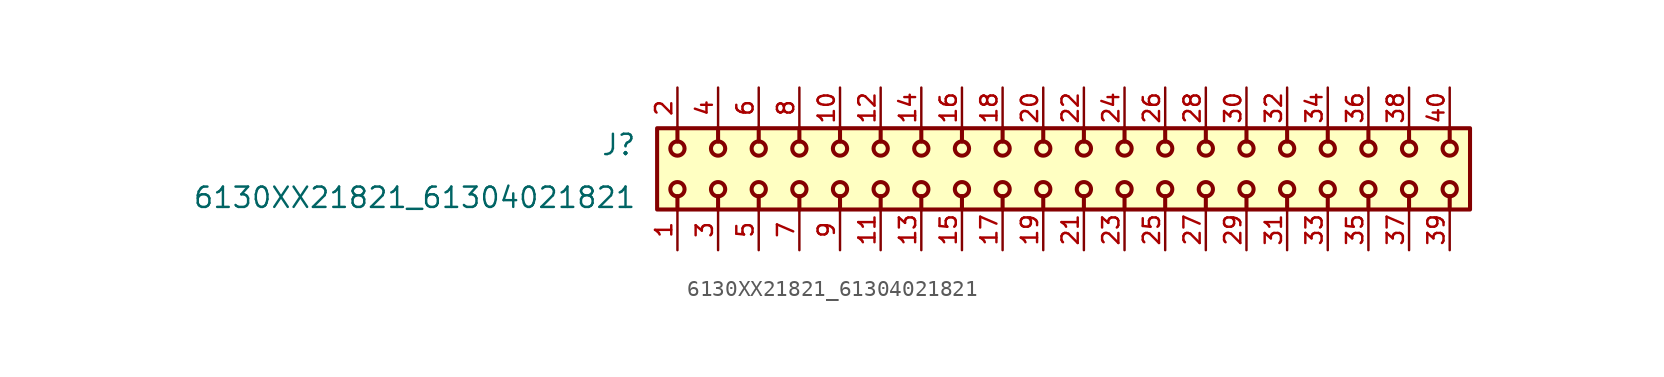
<source format=kicad_sym>
(kicad_symbol_lib
  (version 20211014)
  (generator kicad_symbol_editor)
  (symbol "6130XX21821_61304021821"
    (pin_names
      (offset 1.016))
    (property "Reference" "J"
      (at -25.4 0.762 0)
      (effects (font (size 1.27 1.27)) (justify bottom right)))
    (property "Value" "6130XX21821_61304021821"
      (at -25.4 -2.54 0)
      (effects (font (size 1.27 1.27)) (justify bottom right)))
    (symbol "6130XX21821_61304021821_0_0"
      (polyline (pts (xy -22.86 -1.705) (xy -22.86 -2.54)) (stroke (width 0.254)))
      (polyline (pts (xy -20.32 -1.705) (xy -20.32 -2.54)) (stroke (width 0.254)))
      (polyline (pts (xy -17.78 -1.705) (xy -17.78 -2.54)) (stroke (width 0.254)))
      (polyline (pts (xy -15.24 -1.705) (xy -15.24 -2.54)) (stroke (width 0.254)))
      (polyline (pts (xy -12.7 -1.705) (xy -12.7 -2.54)) (stroke (width 0.254)))
      (polyline (pts (xy -10.16 -1.705) (xy -10.16 -2.54)) (stroke (width 0.254)))
      (polyline (pts (xy -7.62 -1.705) (xy -7.62 -2.54)) (stroke (width 0.254)))
      (polyline (pts (xy -5.08 -1.705) (xy -5.08 -2.54)) (stroke (width 0.254)))
      (polyline (pts (xy -2.54 -1.705) (xy -2.54 -2.54)) (stroke (width 0.254)))
      (polyline (pts (xy 0.0 -1.705) (xy 0.0 -2.54)) (stroke (width 0.254)))
      (polyline (pts (xy 2.54 -1.705) (xy 2.54 -2.54)) (stroke (width 0.254)))
      (polyline (pts (xy 5.08 -1.705) (xy 5.08 -2.54)) (stroke (width 0.254)))
      (polyline (pts (xy 7.62 -1.705) (xy 7.62 -2.54)) (stroke (width 0.254)))
      (polyline (pts (xy 10.16 -1.705) (xy 10.16 -2.54)) (stroke (width 0.254)))
      (polyline (pts (xy 12.7 -1.705) (xy 12.7 -2.54)) (stroke (width 0.254)))
      (polyline (pts (xy 15.24 -1.705) (xy 15.24 -2.54)) (stroke (width 0.254)))
      (polyline (pts (xy 17.78 -1.705) (xy 17.78 -2.54)) (stroke (width 0.254)))
      (polyline (pts (xy 20.32 -1.705) (xy 20.32 -2.54)) (stroke (width 0.254)))
      (polyline (pts (xy 22.86 -1.705) (xy 22.86 -2.54)) (stroke (width 0.254)))
      (polyline (pts (xy 25.4 -1.705) (xy 25.4 -2.54)) (stroke (width 0.254)))
      (polyline (pts (xy 20.32 1.705) (xy 20.32 2.54)) (stroke (width 0.254)))
      (polyline (pts (xy 17.78 1.705) (xy 17.78 2.54)) (stroke (width 0.254)))
      (polyline (pts (xy 15.24 1.705) (xy 15.24 2.54)) (stroke (width 0.254)))
      (polyline (pts (xy 12.7 1.705) (xy 12.7 2.54)) (stroke (width 0.254)))
      (polyline (pts (xy 10.16 1.705) (xy 10.16 2.54)) (stroke (width 0.254)))
      (polyline (pts (xy 7.62 1.705) (xy 7.62 2.54)) (stroke (width 0.254)))
      (polyline (pts (xy 5.08 1.705) (xy 5.08 2.54)) (stroke (width 0.254)))
      (polyline (pts (xy 2.54 1.705) (xy 2.54 2.54)) (stroke (width 0.254)))
      (polyline (pts (xy 0.0 1.705) (xy 0.0 2.54)) (stroke (width 0.254)))
      (polyline (pts (xy -2.54 1.705) (xy -2.54 2.54)) (stroke (width 0.254)))
      (polyline (pts (xy -5.08 1.705) (xy -5.08 2.54)) (stroke (width 0.254)))
      (polyline (pts (xy -7.62 1.705) (xy -7.62 2.54)) (stroke (width 0.254)))
      (polyline (pts (xy -10.16 1.705) (xy -10.16 2.54)) (stroke (width 0.254)))
      (polyline (pts (xy -12.7 1.705) (xy -12.7 2.54)) (stroke (width 0.254)))
      (polyline (pts (xy -15.24 1.705) (xy -15.24 2.54)) (stroke (width 0.254)))
      (polyline (pts (xy -17.78 1.705) (xy -17.78 2.54)) (stroke (width 0.254)))
      (polyline (pts (xy -20.32 1.705) (xy -20.32 2.54)) (stroke (width 0.254)))
      (polyline (pts (xy -22.86 1.705) (xy -22.86 2.54)) (stroke (width 0.254)))
      (polyline (pts (xy 25.4 1.705) (xy 25.4 2.54)) (stroke (width 0.254)))
      (polyline (pts (xy 22.86 1.705) (xy 22.86 2.54)) (stroke (width 0.254)))
      (circle (center -22.86 -1.27) (radius 0.445) (stroke (width 0.254)) (fill (type none)))
      (circle (center -20.32 -1.27) (radius 0.445) (stroke (width 0.254)) (fill (type none)))
      (circle (center -17.78 -1.27) (radius 0.445) (stroke (width 0.254)) (fill (type none)))
      (circle (center -15.24 -1.27) (radius 0.445) (stroke (width 0.254)) (fill (type none)))
      (circle (center -12.7 -1.27) (radius 0.445) (stroke (width 0.254)) (fill (type none)))
      (circle (center -10.16 -1.27) (radius 0.445) (stroke (width 0.254)) (fill (type none)))
      (circle (center -7.62 -1.27) (radius 0.445) (stroke (width 0.254)) (fill (type none)))
      (circle (center -5.08 -1.27) (radius 0.445) (stroke (width 0.254)) (fill (type none)))
      (circle (center -2.54 -1.27) (radius 0.445) (stroke (width 0.254)) (fill (type none)))
      (circle (center 0.0 -1.27) (radius 0.445) (stroke (width 0.254)) (fill (type none)))
      (circle (center 2.54 -1.27) (radius 0.445) (stroke (width 0.254)) (fill (type none)))
      (circle (center 5.08 -1.27) (radius 0.445) (stroke (width 0.254)) (fill (type none)))
      (circle (center 7.62 -1.27) (radius 0.445) (stroke (width 0.254)) (fill (type none)))
      (circle (center 10.16 -1.27) (radius 0.445) (stroke (width 0.254)) (fill (type none)))
      (circle (center 12.7 -1.27) (radius 0.445) (stroke (width 0.254)) (fill (type none)))
      (circle (center 15.24 -1.27) (radius 0.445) (stroke (width 0.254)) (fill (type none)))
      (circle (center 17.78 -1.27) (radius 0.445) (stroke (width 0.254)) (fill (type none)))
      (circle (center 20.32 -1.27) (radius 0.445) (stroke (width 0.254)) (fill (type none)))
      (circle (center 22.86 -1.27) (radius 0.445) (stroke (width 0.254)) (fill (type none)))
      (circle (center 25.4 -1.27) (radius 0.445) (stroke (width 0.254)) (fill (type none)))
      (circle (center 20.32 1.27) (radius 0.445) (stroke (width 0.254)) (fill (type none)))
      (circle (center 17.78 1.27) (radius 0.445) (stroke (width 0.254)) (fill (type none)))
      (circle (center 15.24 1.27) (radius 0.445) (stroke (width 0.254)) (fill (type none)))
      (circle (center 12.7 1.27) (radius 0.445) (stroke (width 0.254)) (fill (type none)))
      (circle (center 10.16 1.27) (radius 0.445) (stroke (width 0.254)) (fill (type none)))
      (circle (center 7.62 1.27) (radius 0.445) (stroke (width 0.254)) (fill (type none)))
      (circle (center 5.08 1.27) (radius 0.445) (stroke (width 0.254)) (fill (type none)))
      (circle (center 2.54 1.27) (radius 0.445) (stroke (width 0.254)) (fill (type none)))
      (circle (center 0.0 1.27) (radius 0.445) (stroke (width 0.254)) (fill (type none)))
      (circle (center -2.54 1.27) (radius 0.445) (stroke (width 0.254)) (fill (type none)))
      (circle (center -5.08 1.27) (radius 0.445) (stroke (width 0.254)) (fill (type none)))
      (circle (center -7.62 1.27) (radius 0.445) (stroke (width 0.254)) (fill (type none)))
      (circle (center -10.16 1.27) (radius 0.445) (stroke (width 0.254)) (fill (type none)))
      (circle (center -12.7 1.27) (radius 0.445) (stroke (width 0.254)) (fill (type none)))
      (circle (center -15.24 1.27) (radius 0.445) (stroke (width 0.254)) (fill (type none)))
      (circle (center -17.78 1.27) (radius 0.445) (stroke (width 0.254)) (fill (type none)))
      (circle (center -20.32 1.27) (radius 0.445) (stroke (width 0.254)) (fill (type none)))
      (circle (center -22.86 1.27) (radius 0.445) (stroke (width 0.254)) (fill (type none)))
      (circle (center 25.4 1.27) (radius 0.445) (stroke (width 0.254)) (fill (type none)))
      (circle (center 22.86 1.27) (radius 0.445) (stroke (width 0.254)) (fill (type none)))
      (rectangle (start -24.13 -2.54) (end 26.67 2.54) (stroke (width 0.254)) (fill (type background)))
      (pin passive line (at -22.86 -5.08 90.0) (length 2.54) (name "~" (effects (font (size 1.016 1.016)))) (number "1" (effects (font (size 1.016 1.016)))))
      (pin passive line (at -22.86 5.08 270.0) (length 2.54) (name "~" (effects (font (size 1.016 1.016)))) (number "2" (effects (font (size 1.016 1.016)))))
      (pin passive line (at -20.32 -5.08 90.0) (length 2.54) (name "~" (effects (font (size 1.016 1.016)))) (number "3" (effects (font (size 1.016 1.016)))))
      (pin passive line (at -20.32 5.08 270.0) (length 2.54) (name "~" (effects (font (size 1.016 1.016)))) (number "4" (effects (font (size 1.016 1.016)))))
      (pin passive line (at -17.78 -5.08 90.0) (length 2.54) (name "~" (effects (font (size 1.016 1.016)))) (number "5" (effects (font (size 1.016 1.016)))))
      (pin passive line (at -17.78 5.08 270.0) (length 2.54) (name "~" (effects (font (size 1.016 1.016)))) (number "6" (effects (font (size 1.016 1.016)))))
      (pin passive line (at -15.24 -5.08 90.0) (length 2.54) (name "~" (effects (font (size 1.016 1.016)))) (number "7" (effects (font (size 1.016 1.016)))))
      (pin passive line (at -15.24 5.08 270.0) (length 2.54) (name "~" (effects (font (size 1.016 1.016)))) (number "8" (effects (font (size 1.016 1.016)))))
      (pin passive line (at -12.7 -5.08 90.0) (length 2.54) (name "~" (effects (font (size 1.016 1.016)))) (number "9" (effects (font (size 1.016 1.016)))))
      (pin passive line (at -12.7 5.08 270.0) (length 2.54) (name "~" (effects (font (size 1.016 1.016)))) (number "10" (effects (font (size 1.016 1.016)))))
      (pin passive line (at -10.16 -5.08 90.0) (length 2.54) (name "~" (effects (font (size 1.016 1.016)))) (number "11" (effects (font (size 1.016 1.016)))))
      (pin passive line (at -10.16 5.08 270.0) (length 2.54) (name "~" (effects (font (size 1.016 1.016)))) (number "12" (effects (font (size 1.016 1.016)))))
      (pin passive line (at -7.62 -5.08 90.0) (length 2.54) (name "~" (effects (font (size 1.016 1.016)))) (number "13" (effects (font (size 1.016 1.016)))))
      (pin passive line (at -7.62 5.08 270.0) (length 2.54) (name "~" (effects (font (size 1.016 1.016)))) (number "14" (effects (font (size 1.016 1.016)))))
      (pin passive line (at -5.08 -5.08 90.0) (length 2.54) (name "~" (effects (font (size 1.016 1.016)))) (number "15" (effects (font (size 1.016 1.016)))))
      (pin passive line (at -5.08 5.08 270.0) (length 2.54) (name "~" (effects (font (size 1.016 1.016)))) (number "16" (effects (font (size 1.016 1.016)))))
      (pin passive line (at -2.54 -5.08 90.0) (length 2.54) (name "~" (effects (font (size 1.016 1.016)))) (number "17" (effects (font (size 1.016 1.016)))))
      (pin passive line (at -2.54 5.08 270.0) (length 2.54) (name "~" (effects (font (size 1.016 1.016)))) (number "18" (effects (font (size 1.016 1.016)))))
      (pin passive line (at 0.0 -5.08 90.0) (length 2.54) (name "~" (effects (font (size 1.016 1.016)))) (number "19" (effects (font (size 1.016 1.016)))))
      (pin passive line (at 0.0 5.08 270.0) (length 2.54) (name "~" (effects (font (size 1.016 1.016)))) (number "20" (effects (font (size 1.016 1.016)))))
      (pin passive line (at 2.54 -5.08 90.0) (length 2.54) (name "~" (effects (font (size 1.016 1.016)))) (number "21" (effects (font (size 1.016 1.016)))))
      (pin passive line (at 2.54 5.08 270.0) (length 2.54) (name "~" (effects (font (size 1.016 1.016)))) (number "22" (effects (font (size 1.016 1.016)))))
      (pin passive line (at 5.08 -5.08 90.0) (length 2.54) (name "~" (effects (font (size 1.016 1.016)))) (number "23" (effects (font (size 1.016 1.016)))))
      (pin passive line (at 5.08 5.08 270.0) (length 2.54) (name "~" (effects (font (size 1.016 1.016)))) (number "24" (effects (font (size 1.016 1.016)))))
      (pin passive line (at 7.62 -5.08 90.0) (length 2.54) (name "~" (effects (font (size 1.016 1.016)))) (number "25" (effects (font (size 1.016 1.016)))))
      (pin passive line (at 7.62 5.08 270.0) (length 2.54) (name "~" (effects (font (size 1.016 1.016)))) (number "26" (effects (font (size 1.016 1.016)))))
      (pin passive line (at 10.16 -5.08 90.0) (length 2.54) (name "~" (effects (font (size 1.016 1.016)))) (number "27" (effects (font (size 1.016 1.016)))))
      (pin passive line (at 10.16 5.08 270.0) (length 2.54) (name "~" (effects (font (size 1.016 1.016)))) (number "28" (effects (font (size 1.016 1.016)))))
      (pin passive line (at 12.7 -5.08 90.0) (length 2.54) (name "~" (effects (font (size 1.016 1.016)))) (number "29" (effects (font (size 1.016 1.016)))))
      (pin passive line (at 12.7 5.08 270.0) (length 2.54) (name "~" (effects (font (size 1.016 1.016)))) (number "30" (effects (font (size 1.016 1.016)))))
      (pin passive line (at 15.24 -5.08 90.0) (length 2.54) (name "~" (effects (font (size 1.016 1.016)))) (number "31" (effects (font (size 1.016 1.016)))))
      (pin passive line (at 15.24 5.08 270.0) (length 2.54) (name "~" (effects (font (size 1.016 1.016)))) (number "32" (effects (font (size 1.016 1.016)))))
      (pin passive line (at 17.78 -5.08 90.0) (length 2.54) (name "~" (effects (font (size 1.016 1.016)))) (number "33" (effects (font (size 1.016 1.016)))))
      (pin passive line (at 17.78 5.08 270.0) (length 2.54) (name "~" (effects (font (size 1.016 1.016)))) (number "34" (effects (font (size 1.016 1.016)))))
      (pin passive line (at 20.32 -5.08 90.0) (length 2.54) (name "~" (effects (font (size 1.016 1.016)))) (number "35" (effects (font (size 1.016 1.016)))))
      (pin passive line (at 20.32 5.08 270.0) (length 2.54) (name "~" (effects (font (size 1.016 1.016)))) (number "36" (effects (font (size 1.016 1.016)))))
      (pin passive line (at 22.86 -5.08 90.0) (length 2.54) (name "~" (effects (font (size 1.016 1.016)))) (number "37" (effects (font (size 1.016 1.016)))))
      (pin passive line (at 22.86 5.08 270.0) (length 2.54) (name "~" (effects (font (size 1.016 1.016)))) (number "38" (effects (font (size 1.016 1.016)))))
      (pin passive line (at 25.4 -5.08 90.0) (length 2.54) (name "~" (effects (font (size 1.016 1.016)))) (number "39" (effects (font (size 1.016 1.016)))))
      (pin passive line (at 25.4 5.08 270.0) (length 2.54) (name "~" (effects (font (size 1.016 1.016)))) (number "40" (effects (font (size 1.016 1.016))))))))
</source>
